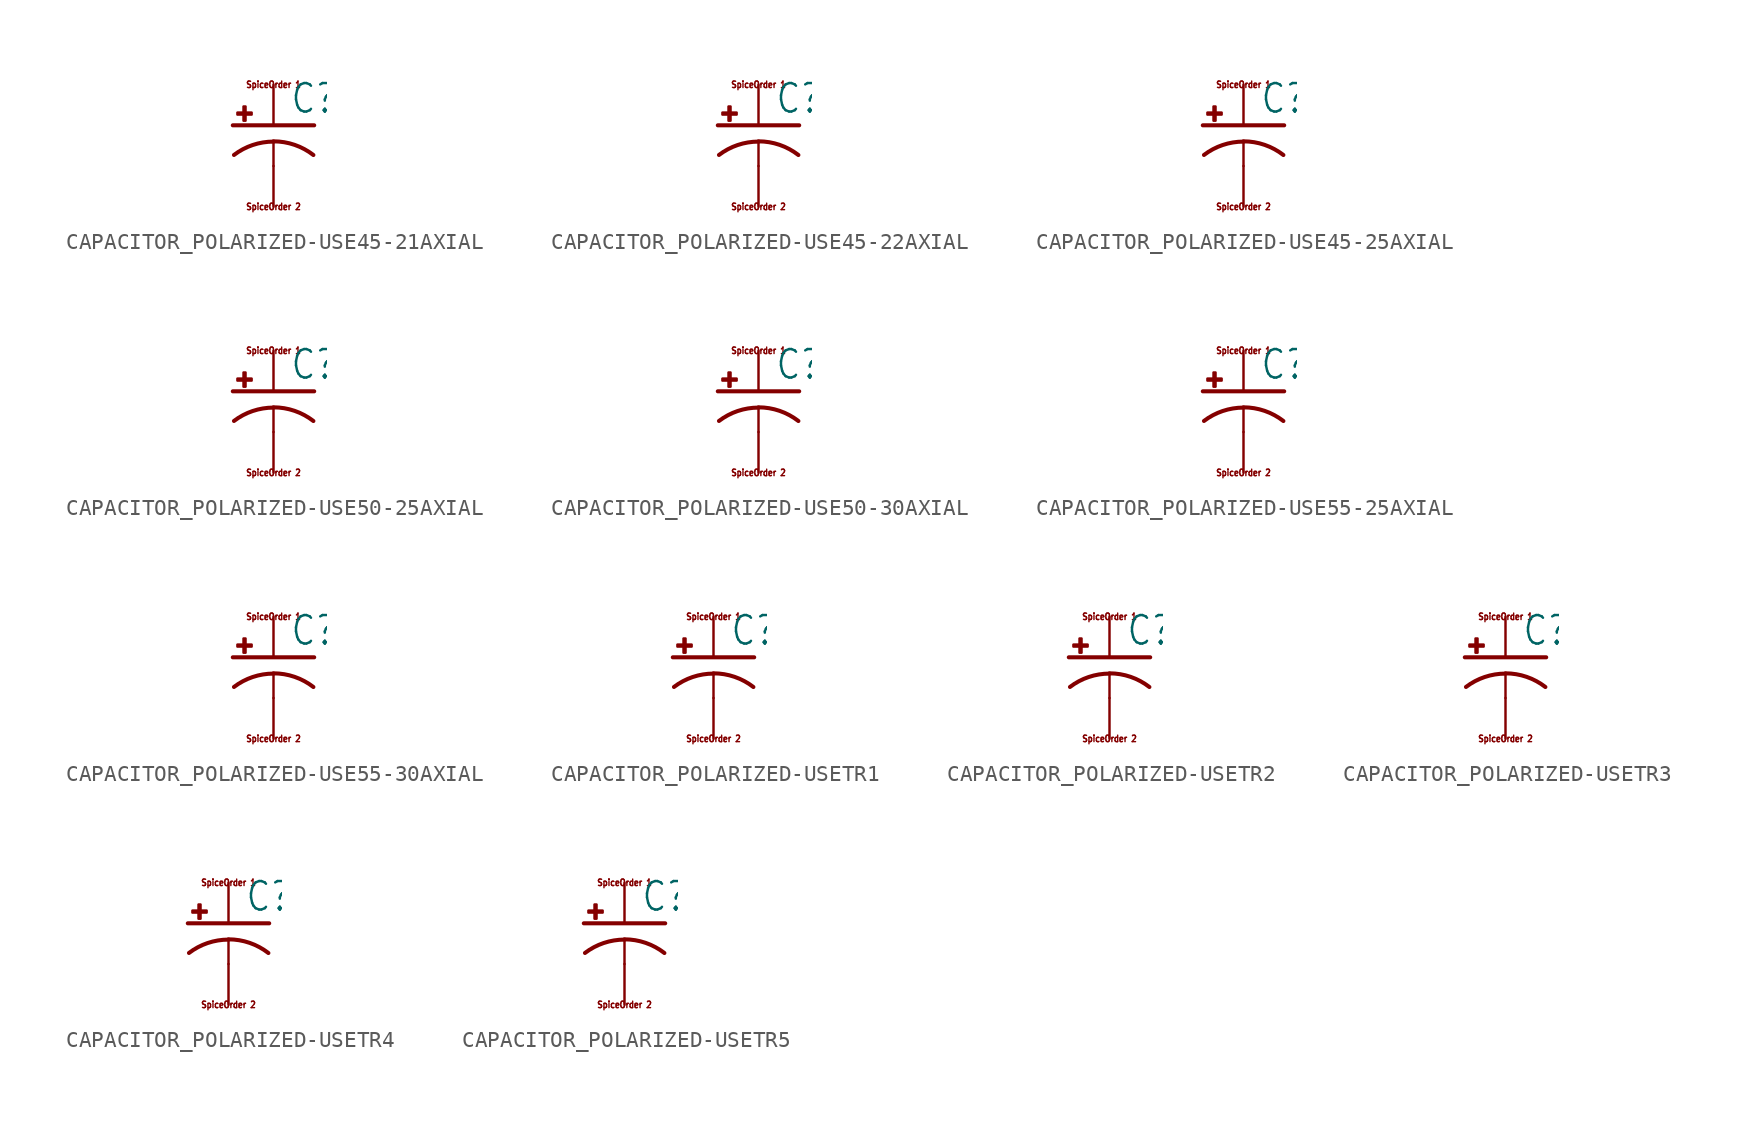
<source format=kicad_sym>
(kicad_symbol_lib
  (version 20231120)
  (generator "kicad_symbol_editor")
  (generator_version "8.0")
  (symbol "CAPACITOR_POLARIZED-USE45-21AXIAL"
    (property "Reference" "C"
      (at 1.016 0.635 0)
      (effects (font (size 1.778 1.511)) (justify left bottom)))
    (property "Value" ""
      (at 1.016 -4.191 0)
      (effects (font (size 1.778 1.511)) (justify left bottom)))
    (property "ki_locked" ""
      (at 0 0 0)
      (effects (font (size 1.27 1.27))))
    (symbol "CAPACITOR_POLARIZED-USE45-21AXIAL_1_0"
      (rectangle (start -2.253 0.668) (end -1.364 0.795) (stroke (width 0) (type default)) (fill (type outline)))
      (rectangle (start -1.872 0.287) (end -1.745 1.176) (stroke (width 0) (type default)) (fill (type outline)))
      (arc (start 0 -1.0161) (mid -1.3021 -1.2303) (end -2.4669 -1.8504) (stroke (width 0.254) (type solid)) (fill (type none)))
      (polyline (pts (xy -2.54 0) (xy 2.54 0)) (stroke (width 0.254) (type solid)) (fill (type none)))
      (polyline (pts (xy 0 -1.016) (xy 0 -2.54)) (stroke (width 0.152) (type solid)) (fill (type none)))
      (arc (start 2.4892 -1.8541) (mid 1.3158 -1.2194) (end 0 -1) (stroke (width 0.254) (type solid)) (fill (type none)))
      (text "SpiceOrder 1" (at 0 2.54 0) (effects (font (size 0.406 0.345))))
      (text "SpiceOrder 2" (at 0 -5.08 0) (effects (font (size 0.406 0.345))))
      (pin passive line (at 0 2.54 270) (length 2.54) (name "+" (effects (font (size 0 0)))) (number "+" (effects (font (size 0 0)))))
      (pin passive line (at 0 -5.08 90) (length 2.54) (name "-" (effects (font (size 0 0)))) (number "-" (effects (font (size 0 0)))))))
  (symbol "CAPACITOR_POLARIZED-USE45-22AXIAL"
    (property "Reference" "C"
      (at 1.016 0.635 0)
      (effects (font (size 1.778 1.511)) (justify left bottom)))
    (property "Value" ""
      (at 1.016 -4.191 0)
      (effects (font (size 1.778 1.511)) (justify left bottom)))
    (property "ki_locked" ""
      (at 0 0 0)
      (effects (font (size 1.27 1.27))))
    (symbol "CAPACITOR_POLARIZED-USE45-22AXIAL_1_0"
      (rectangle (start -2.253 0.668) (end -1.364 0.795) (stroke (width 0) (type default)) (fill (type outline)))
      (rectangle (start -1.872 0.287) (end -1.745 1.176) (stroke (width 0) (type default)) (fill (type outline)))
      (arc (start 0 -1.0161) (mid -1.3021 -1.2303) (end -2.4669 -1.8504) (stroke (width 0.254) (type solid)) (fill (type none)))
      (polyline (pts (xy -2.54 0) (xy 2.54 0)) (stroke (width 0.254) (type solid)) (fill (type none)))
      (polyline (pts (xy 0 -1.016) (xy 0 -2.54)) (stroke (width 0.152) (type solid)) (fill (type none)))
      (arc (start 2.4892 -1.8541) (mid 1.3158 -1.2194) (end 0 -1) (stroke (width 0.254) (type solid)) (fill (type none)))
      (text "SpiceOrder 1" (at 0 2.54 0) (effects (font (size 0.406 0.345))))
      (text "SpiceOrder 2" (at 0 -5.08 0) (effects (font (size 0.406 0.345))))
      (pin passive line (at 0 2.54 270) (length 2.54) (name "+" (effects (font (size 0 0)))) (number "+" (effects (font (size 0 0)))))
      (pin passive line (at 0 -5.08 90) (length 2.54) (name "-" (effects (font (size 0 0)))) (number "-" (effects (font (size 0 0)))))))
  (symbol "CAPACITOR_POLARIZED-USE45-25AXIAL"
    (property "Reference" "C"
      (at 1.016 0.635 0)
      (effects (font (size 1.778 1.511)) (justify left bottom)))
    (property "Value" ""
      (at 1.016 -4.191 0)
      (effects (font (size 1.778 1.511)) (justify left bottom)))
    (property "ki_locked" ""
      (at 0 0 0)
      (effects (font (size 1.27 1.27))))
    (symbol "CAPACITOR_POLARIZED-USE45-25AXIAL_1_0"
      (rectangle (start -2.253 0.668) (end -1.364 0.795) (stroke (width 0) (type default)) (fill (type outline)))
      (rectangle (start -1.872 0.287) (end -1.745 1.176) (stroke (width 0) (type default)) (fill (type outline)))
      (arc (start 0 -1.0161) (mid -1.3021 -1.2303) (end -2.4669 -1.8504) (stroke (width 0.254) (type solid)) (fill (type none)))
      (polyline (pts (xy -2.54 0) (xy 2.54 0)) (stroke (width 0.254) (type solid)) (fill (type none)))
      (polyline (pts (xy 0 -1.016) (xy 0 -2.54)) (stroke (width 0.152) (type solid)) (fill (type none)))
      (arc (start 2.4892 -1.8541) (mid 1.3158 -1.2194) (end 0 -1) (stroke (width 0.254) (type solid)) (fill (type none)))
      (text "SpiceOrder 1" (at 0 2.54 0) (effects (font (size 0.406 0.345))))
      (text "SpiceOrder 2" (at 0 -5.08 0) (effects (font (size 0.406 0.345))))
      (pin passive line (at 0 2.54 270) (length 2.54) (name "+" (effects (font (size 0 0)))) (number "+" (effects (font (size 0 0)))))
      (pin passive line (at 0 -5.08 90) (length 2.54) (name "-" (effects (font (size 0 0)))) (number "-" (effects (font (size 0 0)))))))
  (symbol "CAPACITOR_POLARIZED-USE50-25AXIAL"
    (property "Reference" "C"
      (at 1.016 0.635 0)
      (effects (font (size 1.778 1.511)) (justify left bottom)))
    (property "Value" ""
      (at 1.016 -4.191 0)
      (effects (font (size 1.778 1.511)) (justify left bottom)))
    (property "ki_locked" ""
      (at 0 0 0)
      (effects (font (size 1.27 1.27))))
    (symbol "CAPACITOR_POLARIZED-USE50-25AXIAL_1_0"
      (rectangle (start -2.253 0.668) (end -1.364 0.795) (stroke (width 0) (type default)) (fill (type outline)))
      (rectangle (start -1.872 0.287) (end -1.745 1.176) (stroke (width 0) (type default)) (fill (type outline)))
      (arc (start 0 -1.0161) (mid -1.3021 -1.2303) (end -2.4669 -1.8504) (stroke (width 0.254) (type solid)) (fill (type none)))
      (polyline (pts (xy -2.54 0) (xy 2.54 0)) (stroke (width 0.254) (type solid)) (fill (type none)))
      (polyline (pts (xy 0 -1.016) (xy 0 -2.54)) (stroke (width 0.152) (type solid)) (fill (type none)))
      (arc (start 2.4892 -1.8541) (mid 1.3158 -1.2194) (end 0 -1) (stroke (width 0.254) (type solid)) (fill (type none)))
      (text "SpiceOrder 1" (at 0 2.54 0) (effects (font (size 0.406 0.345))))
      (text "SpiceOrder 2" (at 0 -5.08 0) (effects (font (size 0.406 0.345))))
      (pin passive line (at 0 2.54 270) (length 2.54) (name "+" (effects (font (size 0 0)))) (number "+" (effects (font (size 0 0)))))
      (pin passive line (at 0 -5.08 90) (length 2.54) (name "-" (effects (font (size 0 0)))) (number "-" (effects (font (size 0 0)))))))
  (symbol "CAPACITOR_POLARIZED-USE50-30AXIAL"
    (property "Reference" "C"
      (at 1.016 0.635 0)
      (effects (font (size 1.778 1.511)) (justify left bottom)))
    (property "Value" ""
      (at 1.016 -4.191 0)
      (effects (font (size 1.778 1.511)) (justify left bottom)))
    (property "ki_locked" ""
      (at 0 0 0)
      (effects (font (size 1.27 1.27))))
    (symbol "CAPACITOR_POLARIZED-USE50-30AXIAL_1_0"
      (rectangle (start -2.253 0.668) (end -1.364 0.795) (stroke (width 0) (type default)) (fill (type outline)))
      (rectangle (start -1.872 0.287) (end -1.745 1.176) (stroke (width 0) (type default)) (fill (type outline)))
      (arc (start 0 -1.0161) (mid -1.3021 -1.2303) (end -2.4669 -1.8504) (stroke (width 0.254) (type solid)) (fill (type none)))
      (polyline (pts (xy -2.54 0) (xy 2.54 0)) (stroke (width 0.254) (type solid)) (fill (type none)))
      (polyline (pts (xy 0 -1.016) (xy 0 -2.54)) (stroke (width 0.152) (type solid)) (fill (type none)))
      (arc (start 2.4892 -1.8541) (mid 1.3158 -1.2194) (end 0 -1) (stroke (width 0.254) (type solid)) (fill (type none)))
      (text "SpiceOrder 1" (at 0 2.54 0) (effects (font (size 0.406 0.345))))
      (text "SpiceOrder 2" (at 0 -5.08 0) (effects (font (size 0.406 0.345))))
      (pin passive line (at 0 2.54 270) (length 2.54) (name "+" (effects (font (size 0 0)))) (number "+" (effects (font (size 0 0)))))
      (pin passive line (at 0 -5.08 90) (length 2.54) (name "-" (effects (font (size 0 0)))) (number "-" (effects (font (size 0 0)))))))
  (symbol "CAPACITOR_POLARIZED-USE55-25AXIAL"
    (property "Reference" "C"
      (at 1.016 0.635 0)
      (effects (font (size 1.778 1.511)) (justify left bottom)))
    (property "Value" ""
      (at 1.016 -4.191 0)
      (effects (font (size 1.778 1.511)) (justify left bottom)))
    (property "ki_locked" ""
      (at 0 0 0)
      (effects (font (size 1.27 1.27))))
    (symbol "CAPACITOR_POLARIZED-USE55-25AXIAL_1_0"
      (rectangle (start -2.253 0.668) (end -1.364 0.795) (stroke (width 0) (type default)) (fill (type outline)))
      (rectangle (start -1.872 0.287) (end -1.745 1.176) (stroke (width 0) (type default)) (fill (type outline)))
      (arc (start 0 -1.0161) (mid -1.3021 -1.2303) (end -2.4669 -1.8504) (stroke (width 0.254) (type solid)) (fill (type none)))
      (polyline (pts (xy -2.54 0) (xy 2.54 0)) (stroke (width 0.254) (type solid)) (fill (type none)))
      (polyline (pts (xy 0 -1.016) (xy 0 -2.54)) (stroke (width 0.152) (type solid)) (fill (type none)))
      (arc (start 2.4892 -1.8541) (mid 1.3158 -1.2194) (end 0 -1) (stroke (width 0.254) (type solid)) (fill (type none)))
      (text "SpiceOrder 1" (at 0 2.54 0) (effects (font (size 0.406 0.345))))
      (text "SpiceOrder 2" (at 0 -5.08 0) (effects (font (size 0.406 0.345))))
      (pin passive line (at 0 2.54 270) (length 2.54) (name "+" (effects (font (size 0 0)))) (number "+" (effects (font (size 0 0)))))
      (pin passive line (at 0 -5.08 90) (length 2.54) (name "-" (effects (font (size 0 0)))) (number "-" (effects (font (size 0 0)))))))
  (symbol "CAPACITOR_POLARIZED-USE55-30AXIAL"
    (property "Reference" "C"
      (at 1.016 0.635 0)
      (effects (font (size 1.778 1.511)) (justify left bottom)))
    (property "Value" ""
      (at 1.016 -4.191 0)
      (effects (font (size 1.778 1.511)) (justify left bottom)))
    (property "ki_locked" ""
      (at 0 0 0)
      (effects (font (size 1.27 1.27))))
    (symbol "CAPACITOR_POLARIZED-USE55-30AXIAL_1_0"
      (rectangle (start -2.253 0.668) (end -1.364 0.795) (stroke (width 0) (type default)) (fill (type outline)))
      (rectangle (start -1.872 0.287) (end -1.745 1.176) (stroke (width 0) (type default)) (fill (type outline)))
      (arc (start 0 -1.0161) (mid -1.3021 -1.2303) (end -2.4669 -1.8504) (stroke (width 0.254) (type solid)) (fill (type none)))
      (polyline (pts (xy -2.54 0) (xy 2.54 0)) (stroke (width 0.254) (type solid)) (fill (type none)))
      (polyline (pts (xy 0 -1.016) (xy 0 -2.54)) (stroke (width 0.152) (type solid)) (fill (type none)))
      (arc (start 2.4892 -1.8541) (mid 1.3158 -1.2194) (end 0 -1) (stroke (width 0.254) (type solid)) (fill (type none)))
      (text "SpiceOrder 1" (at 0 2.54 0) (effects (font (size 0.406 0.345))))
      (text "SpiceOrder 2" (at 0 -5.08 0) (effects (font (size 0.406 0.345))))
      (pin passive line (at 0 2.54 270) (length 2.54) (name "+" (effects (font (size 0 0)))) (number "+" (effects (font (size 0 0)))))
      (pin passive line (at 0 -5.08 90) (length 2.54) (name "-" (effects (font (size 0 0)))) (number "-" (effects (font (size 0 0)))))))
  (symbol "CAPACITOR_POLARIZED-USETR1"
    (property "Reference" "C"
      (at 1.016 0.635 0)
      (effects (font (size 1.778 1.511)) (justify left bottom)))
    (property "Value" ""
      (at 1.016 -4.191 0)
      (effects (font (size 1.778 1.511)) (justify left bottom)))
    (property "ki_locked" ""
      (at 0 0 0)
      (effects (font (size 1.27 1.27))))
    (symbol "CAPACITOR_POLARIZED-USETR1_1_0"
      (rectangle (start -2.253 0.668) (end -1.364 0.795) (stroke (width 0) (type default)) (fill (type outline)))
      (rectangle (start -1.872 0.287) (end -1.745 1.176) (stroke (width 0) (type default)) (fill (type outline)))
      (arc (start 0 -1.0161) (mid -1.3021 -1.2303) (end -2.4669 -1.8504) (stroke (width 0.254) (type solid)) (fill (type none)))
      (polyline (pts (xy -2.54 0) (xy 2.54 0)) (stroke (width 0.254) (type solid)) (fill (type none)))
      (polyline (pts (xy 0 -1.016) (xy 0 -2.54)) (stroke (width 0.152) (type solid)) (fill (type none)))
      (arc (start 2.4892 -1.8541) (mid 1.3158 -1.2194) (end 0 -1) (stroke (width 0.254) (type solid)) (fill (type none)))
      (text "SpiceOrder 1" (at 0 2.54 0) (effects (font (size 0.406 0.345))))
      (text "SpiceOrder 2" (at 0 -5.08 0) (effects (font (size 0.406 0.345))))
      (pin passive line (at 0 2.54 270) (length 2.54) (name "+" (effects (font (size 0 0)))) (number "+" (effects (font (size 0 0)))))
      (pin passive line (at 0 -5.08 90) (length 2.54) (name "-" (effects (font (size 0 0)))) (number "-" (effects (font (size 0 0)))))))
  (symbol "CAPACITOR_POLARIZED-USETR2"
    (property "Reference" "C"
      (at 1.016 0.635 0)
      (effects (font (size 1.778 1.511)) (justify left bottom)))
    (property "Value" ""
      (at 1.016 -4.191 0)
      (effects (font (size 1.778 1.511)) (justify left bottom)))
    (property "ki_locked" ""
      (at 0 0 0)
      (effects (font (size 1.27 1.27))))
    (symbol "CAPACITOR_POLARIZED-USETR2_1_0"
      (rectangle (start -2.253 0.668) (end -1.364 0.795) (stroke (width 0) (type default)) (fill (type outline)))
      (rectangle (start -1.872 0.287) (end -1.745 1.176) (stroke (width 0) (type default)) (fill (type outline)))
      (arc (start 0 -1.0161) (mid -1.3021 -1.2303) (end -2.4669 -1.8504) (stroke (width 0.254) (type solid)) (fill (type none)))
      (polyline (pts (xy -2.54 0) (xy 2.54 0)) (stroke (width 0.254) (type solid)) (fill (type none)))
      (polyline (pts (xy 0 -1.016) (xy 0 -2.54)) (stroke (width 0.152) (type solid)) (fill (type none)))
      (arc (start 2.4892 -1.8541) (mid 1.3158 -1.2194) (end 0 -1) (stroke (width 0.254) (type solid)) (fill (type none)))
      (text "SpiceOrder 1" (at 0 2.54 0) (effects (font (size 0.406 0.345))))
      (text "SpiceOrder 2" (at 0 -5.08 0) (effects (font (size 0.406 0.345))))
      (pin passive line (at 0 2.54 270) (length 2.54) (name "+" (effects (font (size 0 0)))) (number "+" (effects (font (size 0 0)))))
      (pin passive line (at 0 -5.08 90) (length 2.54) (name "-" (effects (font (size 0 0)))) (number "-" (effects (font (size 0 0)))))))
  (symbol "CAPACITOR_POLARIZED-USETR3"
    (property "Reference" "C"
      (at 1.016 0.635 0)
      (effects (font (size 1.778 1.511)) (justify left bottom)))
    (property "Value" ""
      (at 1.016 -4.191 0)
      (effects (font (size 1.778 1.511)) (justify left bottom)))
    (property "ki_locked" ""
      (at 0 0 0)
      (effects (font (size 1.27 1.27))))
    (symbol "CAPACITOR_POLARIZED-USETR3_1_0"
      (rectangle (start -2.253 0.668) (end -1.364 0.795) (stroke (width 0) (type default)) (fill (type outline)))
      (rectangle (start -1.872 0.287) (end -1.745 1.176) (stroke (width 0) (type default)) (fill (type outline)))
      (arc (start 0 -1.0161) (mid -1.3021 -1.2303) (end -2.4669 -1.8504) (stroke (width 0.254) (type solid)) (fill (type none)))
      (polyline (pts (xy -2.54 0) (xy 2.54 0)) (stroke (width 0.254) (type solid)) (fill (type none)))
      (polyline (pts (xy 0 -1.016) (xy 0 -2.54)) (stroke (width 0.152) (type solid)) (fill (type none)))
      (arc (start 2.4892 -1.8541) (mid 1.3158 -1.2194) (end 0 -1) (stroke (width 0.254) (type solid)) (fill (type none)))
      (text "SpiceOrder 1" (at 0 2.54 0) (effects (font (size 0.406 0.345))))
      (text "SpiceOrder 2" (at 0 -5.08 0) (effects (font (size 0.406 0.345))))
      (pin passive line (at 0 2.54 270) (length 2.54) (name "+" (effects (font (size 0 0)))) (number "+" (effects (font (size 0 0)))))
      (pin passive line (at 0 -5.08 90) (length 2.54) (name "-" (effects (font (size 0 0)))) (number "-" (effects (font (size 0 0)))))))
  (symbol "CAPACITOR_POLARIZED-USETR4"
    (property "Reference" "C"
      (at 1.016 0.635 0)
      (effects (font (size 1.778 1.511)) (justify left bottom)))
    (property "Value" ""
      (at 1.016 -4.191 0)
      (effects (font (size 1.778 1.511)) (justify left bottom)))
    (property "ki_locked" ""
      (at 0 0 0)
      (effects (font (size 1.27 1.27))))
    (symbol "CAPACITOR_POLARIZED-USETR4_1_0"
      (rectangle (start -2.253 0.668) (end -1.364 0.795) (stroke (width 0) (type default)) (fill (type outline)))
      (rectangle (start -1.872 0.287) (end -1.745 1.176) (stroke (width 0) (type default)) (fill (type outline)))
      (arc (start 0 -1.0161) (mid -1.3021 -1.2303) (end -2.4669 -1.8504) (stroke (width 0.254) (type solid)) (fill (type none)))
      (polyline (pts (xy -2.54 0) (xy 2.54 0)) (stroke (width 0.254) (type solid)) (fill (type none)))
      (polyline (pts (xy 0 -1.016) (xy 0 -2.54)) (stroke (width 0.152) (type solid)) (fill (type none)))
      (arc (start 2.4892 -1.8541) (mid 1.3158 -1.2194) (end 0 -1) (stroke (width 0.254) (type solid)) (fill (type none)))
      (text "SpiceOrder 1" (at 0 2.54 0) (effects (font (size 0.406 0.345))))
      (text "SpiceOrder 2" (at 0 -5.08 0) (effects (font (size 0.406 0.345))))
      (pin passive line (at 0 2.54 270) (length 2.54) (name "+" (effects (font (size 0 0)))) (number "+" (effects (font (size 0 0)))))
      (pin passive line (at 0 -5.08 90) (length 2.54) (name "-" (effects (font (size 0 0)))) (number "-" (effects (font (size 0 0)))))))
  (symbol "CAPACITOR_POLARIZED-USETR5"
    (property "Reference" "C"
      (at 1.016 0.635 0)
      (effects (font (size 1.778 1.511)) (justify left bottom)))
    (property "Value" ""
      (at 1.016 -4.191 0)
      (effects (font (size 1.778 1.511)) (justify left bottom)))
    (property "ki_locked" ""
      (at 0 0 0)
      (effects (font (size 1.27 1.27))))
    (symbol "CAPACITOR_POLARIZED-USETR5_1_0"
      (rectangle (start -2.253 0.668) (end -1.364 0.795) (stroke (width 0) (type default)) (fill (type outline)))
      (rectangle (start -1.872 0.287) (end -1.745 1.176) (stroke (width 0) (type default)) (fill (type outline)))
      (arc (start 0 -1.0161) (mid -1.3021 -1.2303) (end -2.4669 -1.8504) (stroke (width 0.254) (type solid)) (fill (type none)))
      (polyline (pts (xy -2.54 0) (xy 2.54 0)) (stroke (width 0.254) (type solid)) (fill (type none)))
      (polyline (pts (xy 0 -1.016) (xy 0 -2.54)) (stroke (width 0.152) (type solid)) (fill (type none)))
      (arc (start 2.4892 -1.8541) (mid 1.3158 -1.2194) (end 0 -1) (stroke (width 0.254) (type solid)) (fill (type none)))
      (text "SpiceOrder 1" (at 0 2.54 0) (effects (font (size 0.406 0.345))))
      (text "SpiceOrder 2" (at 0 -5.08 0) (effects (font (size 0.406 0.345))))
      (pin passive line (at 0 2.54 270) (length 2.54) (name "+" (effects (font (size 0 0)))) (number "+" (effects (font (size 0 0)))))
      (pin passive line (at 0 -5.08 90) (length 2.54) (name "-" (effects (font (size 0 0)))) (number "-" (effects (font (size 0 0))))))))
</source>
